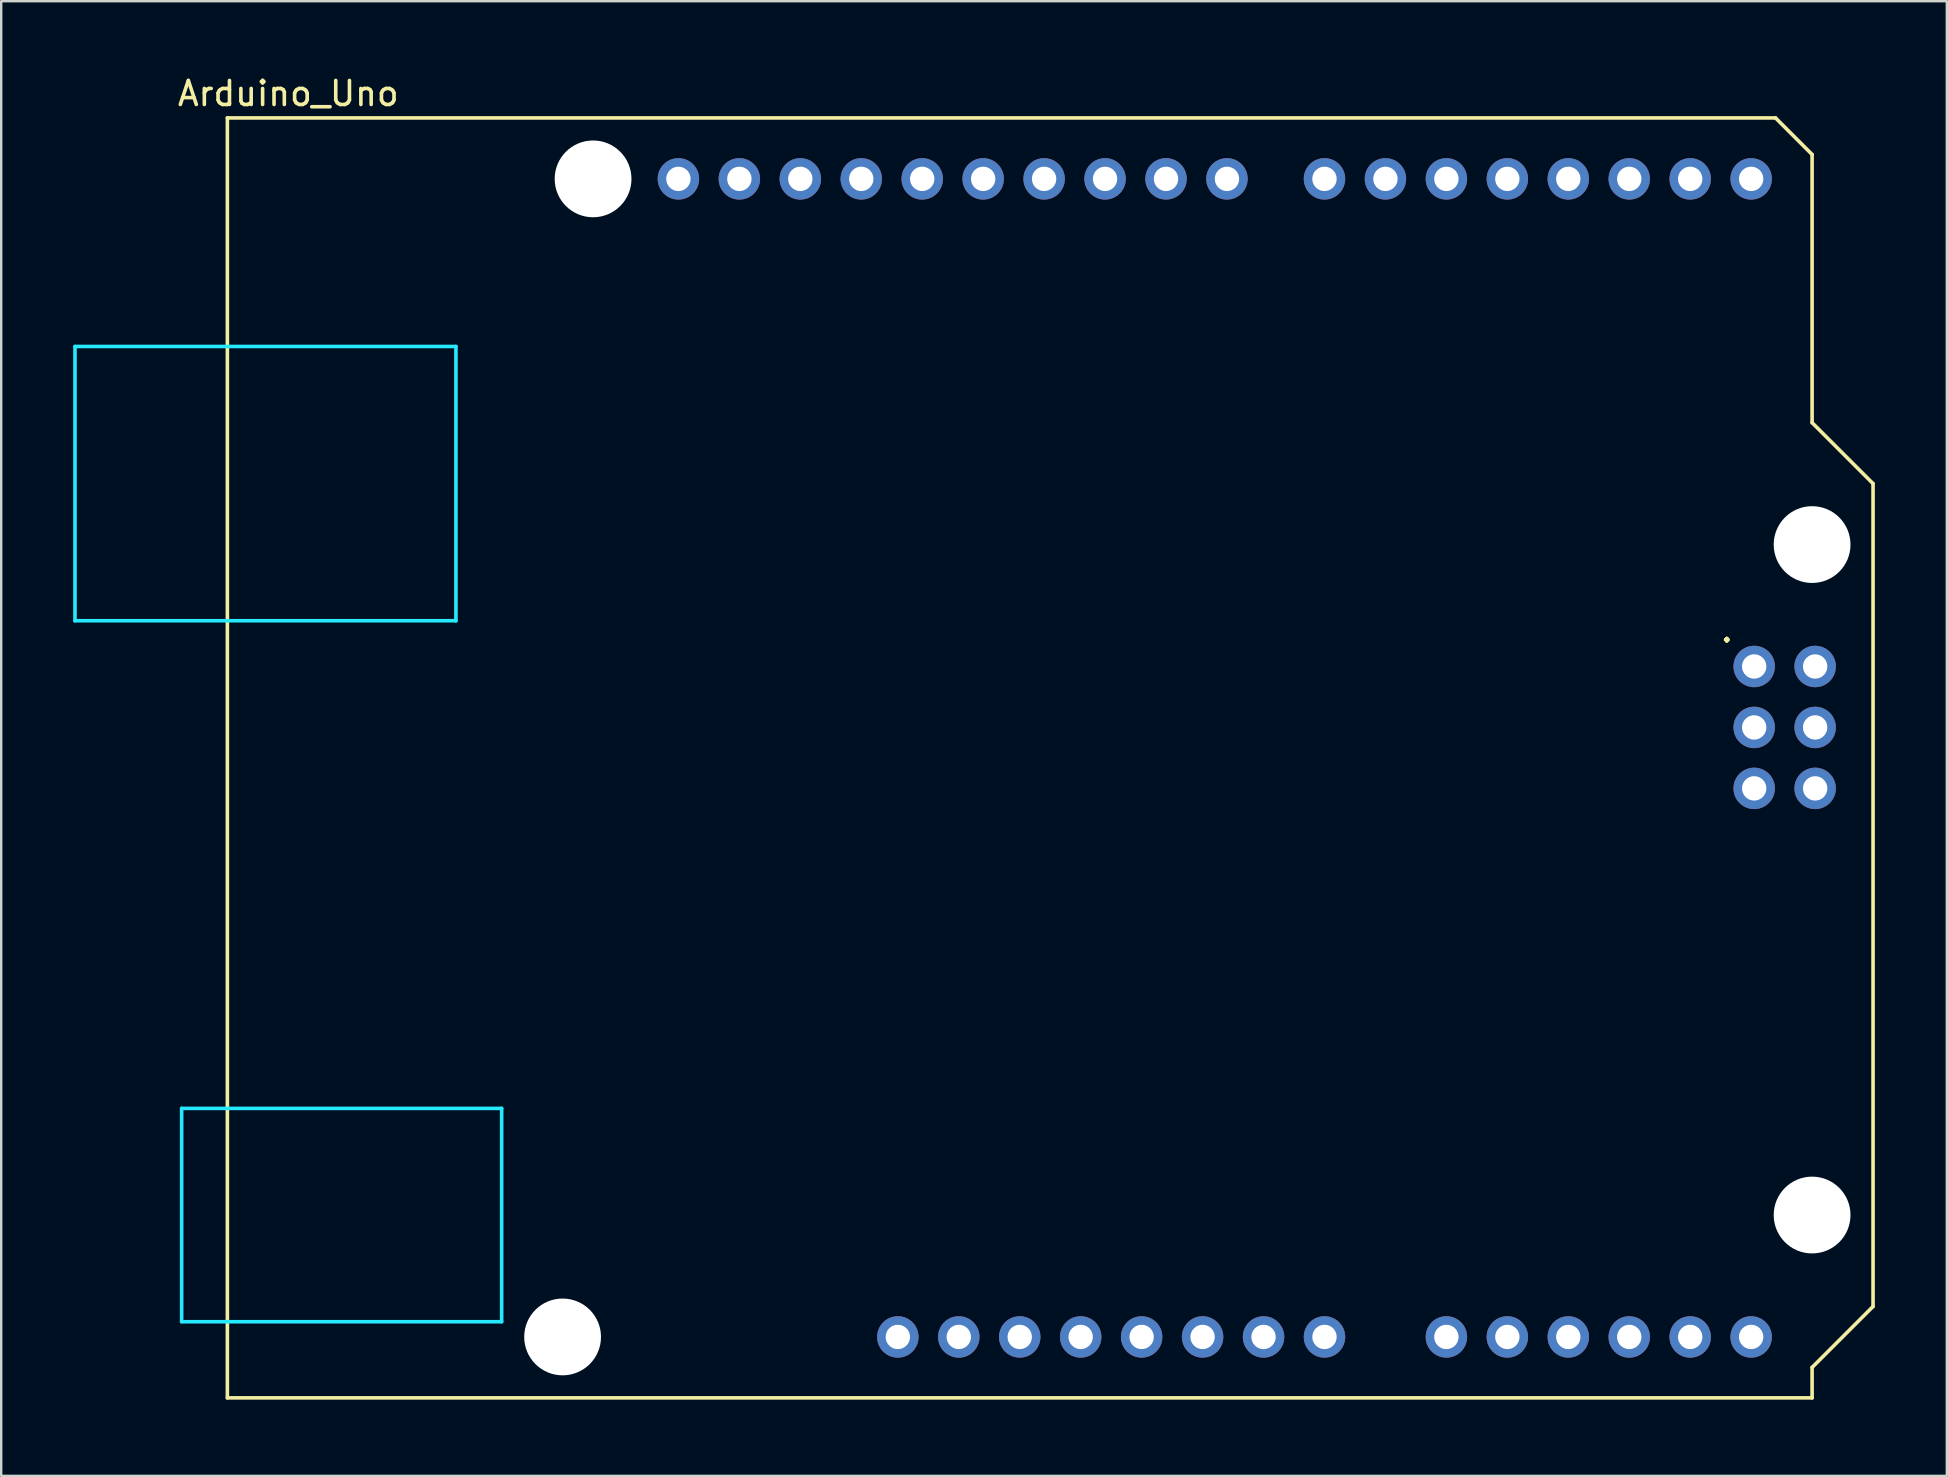
<source format=kicad_pcb>
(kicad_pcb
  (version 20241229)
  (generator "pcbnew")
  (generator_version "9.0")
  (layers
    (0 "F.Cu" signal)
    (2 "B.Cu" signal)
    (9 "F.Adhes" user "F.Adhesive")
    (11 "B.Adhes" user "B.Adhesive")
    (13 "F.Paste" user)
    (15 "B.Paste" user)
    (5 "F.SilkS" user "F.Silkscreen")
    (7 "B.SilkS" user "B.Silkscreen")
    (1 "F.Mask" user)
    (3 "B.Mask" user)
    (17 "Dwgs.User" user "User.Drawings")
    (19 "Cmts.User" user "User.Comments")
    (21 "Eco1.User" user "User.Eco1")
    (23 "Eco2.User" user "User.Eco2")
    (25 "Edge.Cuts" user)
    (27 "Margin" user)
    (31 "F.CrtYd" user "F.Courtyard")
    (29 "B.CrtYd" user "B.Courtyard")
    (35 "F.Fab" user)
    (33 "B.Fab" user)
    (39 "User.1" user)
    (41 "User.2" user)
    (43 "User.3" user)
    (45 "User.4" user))
  (footprint "Arduino_Uno"
    (layer "F.Cu")
    (at 6.425 55.204)
    (property "Reference" "Arduino_Uno" (at 2.54 -54.356 0) (layer "F.SilkS") (effects (font (size 1 1) (thickness 0.15))))
    (attr through_hole)
    (fp_line (start 0 -53.34) (end 0 0) (stroke (width 0.15) (type solid)) (layer "F.SilkS"))
    (fp_line (start 0 -53.34) (end 64.516 -53.34) (stroke (width 0.15) (type solid)) (layer "F.SilkS"))
    (fp_line (start 0 0) (end 66.04 0) (stroke (width 0.15) (type solid)) (layer "F.SilkS"))
    (fp_line (start 64.516 -53.34) (end 66.04 -51.816) (stroke (width 0.15) (type solid)) (layer "F.SilkS"))
    (fp_line (start 66.04 -40.64) (end 66.04 -51.816) (stroke (width 0.15) (type solid)) (layer "F.SilkS"))
    (fp_line (start 66.04 -1.27) (end 68.58 -3.81) (stroke (width 0.15) (type solid)) (layer "F.SilkS"))
    (fp_line (start 66.04 0) (end 66.04 -1.27) (stroke (width 0.15) (type solid)) (layer "F.SilkS"))
    (fp_line (start 68.58 -38.1) (end 66.04 -40.64) (stroke (width 0.15) (type solid)) (layer "F.SilkS"))
    (fp_line (start 68.58 -3.81) (end 68.58 -38.1) (stroke (width 0.15) (type solid)) (layer "F.SilkS"))
    (fp_line (start -6.35 -43.815) (end -6.35 -32.385) (stroke (width 0.15) (type solid)) (layer "B.CrtYd"))
    (fp_line (start -1.905 -12.065) (end -1.905 -3.175) (stroke (width 0.15) (type solid)) (layer "B.CrtYd"))
    (fp_line (start -1.905 -12.065) (end 11.43 -12.065) (stroke (width 0.15) (type solid)) (layer "B.CrtYd"))
    (fp_line (start -1.905 -3.175) (end 11.43 -3.175) (stroke (width 0.15) (type solid)) (layer "B.CrtYd"))
    (fp_line (start 9.525 -43.815) (end -6.35 -43.815) (stroke (width 0.15) (type solid)) (layer "B.CrtYd"))
    (fp_line (start 9.525 -43.815) (end 9.525 -32.385) (stroke (width 0.15) (type solid)) (layer "B.CrtYd"))
    (fp_line (start 9.525 -32.385) (end -6.35 -32.385) (stroke (width 0.15) (type solid)) (layer "B.CrtYd"))
    (fp_line (start 11.43 -12.065) (end 11.43 -3.175) (stroke (width 0.15) (type solid)) (layer "B.CrtYd"))
    (fp_text user "." (at 62.484 -32.004 0) (layer "F.SilkS") (effects (font (size 1 1) (thickness 0.15))))
    (pad "" np_thru_hole circle (at 13.97 -2.54) (size 3.2 3.2) (drill 3.2) (layers "*.Cu" "*.Mask"))
    (pad "" np_thru_hole circle (at 15.24 -50.8) (size 3.2 3.2) (drill 3.2) (layers "*.Cu" "*.Mask"))
    (pad "" thru_hole oval (at 27.94 -2.54) (size 1.727 1.727) (drill 1.016) (layers "*.Cu" "*.Mask"))
    (pad "" np_thru_hole circle (at 66.04 -35.56) (size 3.2 3.2) (drill 3.2) (layers "*.Cu" "*.Mask"))
    (pad "" np_thru_hole circle (at 66.04 -7.62) (size 3.2 3.2) (drill 3.2) (layers "*.Cu" "*.Mask"))
    (pad "3V3" thru_hole oval (at 35.56 -2.54) (size 1.727 1.727) (drill 1.016) (layers "*.Cu" "*.Mask"))
    (pad "5V1" thru_hole oval (at 38.1 -2.54) (size 1.727 1.727) (drill 1.016) (layers "*.Cu" "*.Mask"))
    (pad "5V2" thru_hole oval (at 66.167 -30.48) (size 1.727 1.727) (drill 1.016) (layers "*.Cu" "*.Mask"))
    (pad "A0" thru_hole oval (at 50.8 -2.54) (size 1.727 1.727) (drill 1.016) (layers "*.Cu" "*.Mask"))
    (pad "A1" thru_hole oval (at 53.34 -2.54) (size 1.727 1.727) (drill 1.016) (layers "*.Cu" "*.Mask"))
    (pad "A2" thru_hole oval (at 55.88 -2.54) (size 1.727 1.727) (drill 1.016) (layers "*.Cu" "*.Mask"))
    (pad "A3" thru_hole oval (at 58.42 -2.54) (size 1.727 1.727) (drill 1.016) (layers "*.Cu" "*.Mask"))
    (pad "A4" thru_hole oval (at 60.96 -2.54) (size 1.727 1.727) (drill 1.016) (layers "*.Cu" "*.Mask"))
    (pad "A5" thru_hole oval (at 63.5 -2.54) (size 1.727 1.727) (drill 1.016) (layers "*.Cu" "*.Mask"))
    (pad "AREF" thru_hole oval (at 23.876 -50.8) (size 1.727 1.727) (drill 1.016) (layers "*.Cu" "*.Mask"))
    (pad "D0" thru_hole oval (at 63.5 -50.8) (size 1.727 1.727) (drill 1.016) (layers "*.Cu" "*.Mask"))
    (pad "D1" thru_hole oval (at 60.96 -50.8) (size 1.727 1.727) (drill 1.016) (layers "*.Cu" "*.Mask"))
    (pad "D2" thru_hole oval (at 58.42 -50.8) (size 1.727 1.727) (drill 1.016) (layers "*.Cu" "*.Mask"))
    (pad "D3" thru_hole oval (at 55.88 -50.8) (size 1.727 1.727) (drill 1.016) (layers "*.Cu" "*.Mask"))
    (pad "D4" thru_hole oval (at 53.34 -50.8) (size 1.727 1.727) (drill 1.016) (layers "*.Cu" "*.Mask"))
    (pad "D5" thru_hole oval (at 50.8 -50.8) (size 1.727 1.727) (drill 1.016) (layers "*.Cu" "*.Mask"))
    (pad "D6" thru_hole oval (at 48.26 -50.8) (size 1.727 1.727) (drill 1.016) (layers "*.Cu" "*.Mask"))
    (pad "D7" thru_hole oval (at 45.72 -50.8) (size 1.727 1.727) (drill 1.016) (layers "*.Cu" "*.Mask"))
    (pad "D8" thru_hole oval (at 41.656 -50.8) (size 1.727 1.727) (drill 1.016) (layers "*.Cu" "*.Mask"))
    (pad "D9" thru_hole oval (at 39.116 -50.8) (size 1.727 1.727) (drill 1.016) (layers "*.Cu" "*.Mask"))
    (pad "D10" thru_hole oval (at 36.576 -50.8) (size 1.727 1.727) (drill 1.016) (layers "*.Cu" "*.Mask"))
    (pad "D11" thru_hole oval (at 34.036 -50.8) (size 1.727 1.727) (drill 1.016) (layers "*.Cu" "*.Mask"))
    (pad "D12" thru_hole oval (at 31.496 -50.8) (size 1.727 1.727) (drill 1.016) (layers "*.Cu" "*.Mask"))
    (pad "D13" thru_hole oval (at 28.956 -50.8) (size 1.727 1.727) (drill 1.016) (layers "*.Cu" "*.Mask"))
    (pad "GND1" thru_hole oval (at 26.416 -50.8) (size 1.727 1.727) (drill 1.016) (layers "*.Cu" "*.Mask"))
    (pad "GND2" thru_hole oval (at 40.64 -2.54) (size 1.727 1.727) (drill 1.016) (layers "*.Cu" "*.Mask"))
    (pad "GND3" thru_hole oval (at 43.18 -2.54) (size 1.727 1.727) (drill 1.016) (layers "*.Cu" "*.Mask"))
    (pad "GND4" thru_hole oval (at 66.167 -25.4) (size 1.727 1.727) (drill 1.016) (layers "*.Cu" "*.Mask"))
    (pad "IORF" thru_hole oval (at 30.48 -2.54) (size 1.727 1.727) (drill 1.016) (layers "*.Cu" "*.Mask"))
    (pad "MISO" thru_hole oval (at 63.627 -30.48) (size 1.727 1.727) (drill 1.016) (layers "*.Cu" "*.Mask"))
    (pad "MOSI" thru_hole oval (at 66.167 -27.94) (size 1.727 1.727) (drill 1.016) (layers "*.Cu" "*.Mask"))
    (pad "RST1" thru_hole oval (at 33.02 -2.54) (size 1.727 1.727) (drill 1.016) (layers "*.Cu" "*.Mask"))
    (pad "RST2" thru_hole oval (at 63.627 -25.4) (size 1.727 1.727) (drill 1.016) (layers "*.Cu" "*.Mask"))
    (pad "SCK" thru_hole oval (at 63.627 -27.94) (size 1.727 1.727) (drill 1.016) (layers "*.Cu" "*.Mask"))
    (pad "SCL" thru_hole oval (at 18.796 -50.8) (size 1.727 1.727) (drill 1.016) (layers "*.Cu" "*.Mask"))
    (pad "SDA" thru_hole oval (at 21.336 -50.8) (size 1.727 1.727) (drill 1.016) (layers "*.Cu" "*.Mask"))
    (pad "VIN" thru_hole oval (at 45.72 -2.54) (size 1.727 1.727) (drill 1.016) (layers "*.Cu" "*.Mask")))
  (gr_rect
    (start -3 -3)
    (end 78.08 58.454)
    (stroke (width 0.1) (type default))
    (fill no)
    (layer "Edge.Cuts")))
</source>
